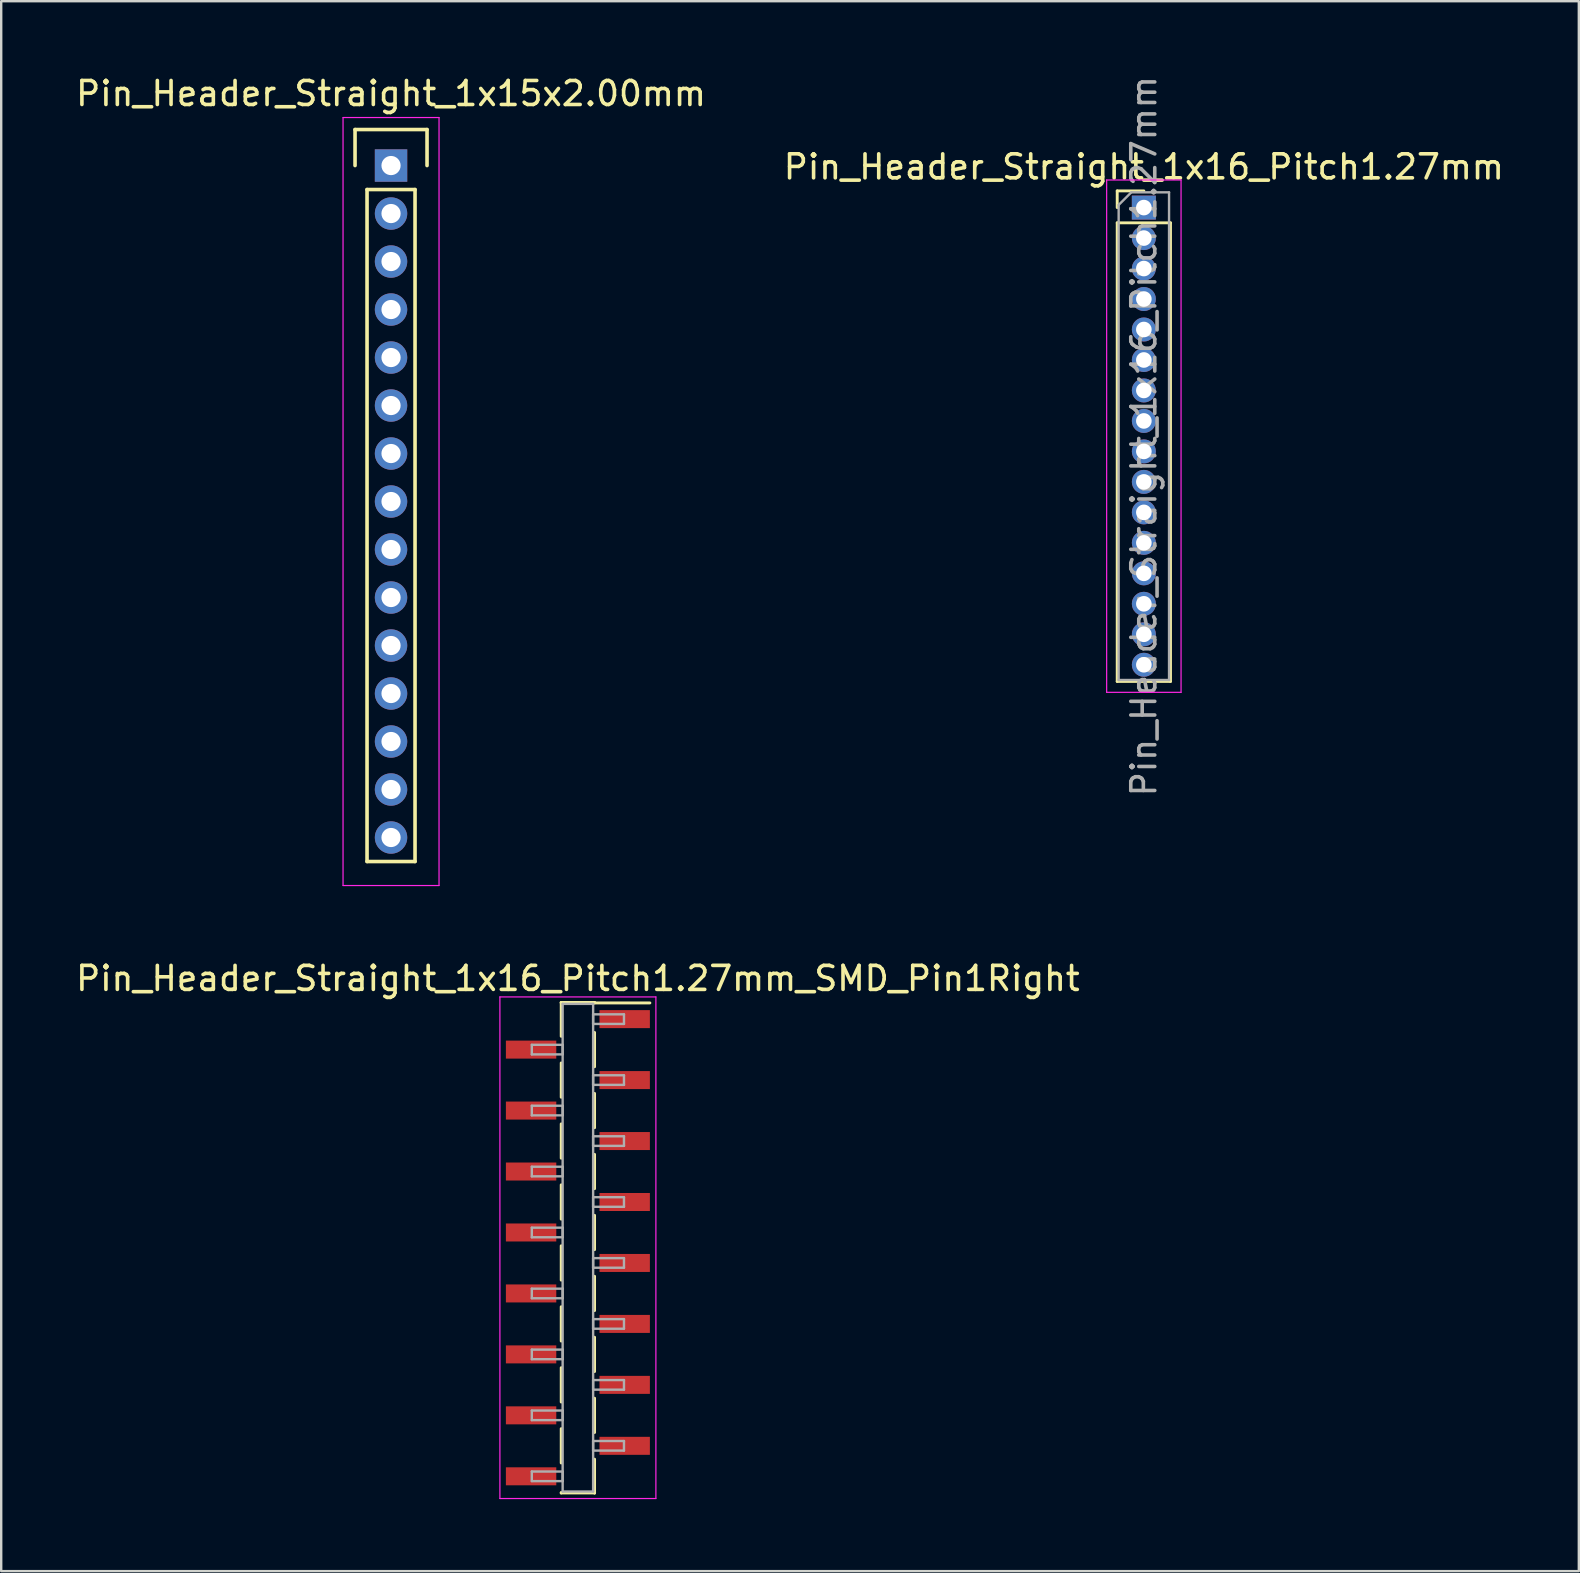
<source format=kicad_pcb>
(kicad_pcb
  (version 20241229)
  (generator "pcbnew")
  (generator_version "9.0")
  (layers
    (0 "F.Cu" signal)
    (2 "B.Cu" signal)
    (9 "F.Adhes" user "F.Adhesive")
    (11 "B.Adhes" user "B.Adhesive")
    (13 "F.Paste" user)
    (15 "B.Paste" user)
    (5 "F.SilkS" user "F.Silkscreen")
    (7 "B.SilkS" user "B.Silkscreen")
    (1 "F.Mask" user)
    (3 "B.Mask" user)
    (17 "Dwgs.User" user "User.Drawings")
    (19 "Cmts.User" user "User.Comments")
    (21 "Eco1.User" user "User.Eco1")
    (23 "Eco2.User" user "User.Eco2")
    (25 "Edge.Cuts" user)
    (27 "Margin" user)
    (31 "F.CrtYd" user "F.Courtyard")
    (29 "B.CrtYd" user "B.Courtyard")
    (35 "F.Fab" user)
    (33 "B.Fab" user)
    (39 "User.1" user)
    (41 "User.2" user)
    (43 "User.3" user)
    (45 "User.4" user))
  (footprint "Pin_Header_Straight_1x16_Pitch1.27mm_SMD_Pin1Right"
    (layer "F.Cu")
    (at 21.03 48.941)
    (property "Reference" "Pin_Header_Straight_1x16_Pitch1.27mm_SMD_Pin1Right" (at 0 -11.22 0) (layer "F.SilkS") (effects (font (size 1 1) (thickness 0.15))))
    (attr smd)
    (fp_line (start -0.695 -10.22) (end -0.695 -8.81) (stroke (width 0.12) (type solid)) (layer "F.SilkS"))
    (fp_line (start -0.695 -10.22) (end 0.695 -10.22) (stroke (width 0.12) (type solid)) (layer "F.SilkS"))
    (fp_line (start -0.695 -10.2) (end -0.695 -10.22) (stroke (width 0.12) (type solid)) (layer "F.SilkS"))
    (fp_line (start -0.695 -7.7) (end -0.695 -6.27) (stroke (width 0.12) (type solid)) (layer "F.SilkS"))
    (fp_line (start -0.695 -5.16) (end -0.695 -3.73) (stroke (width 0.12) (type solid)) (layer "F.SilkS"))
    (fp_line (start -0.695 -2.62) (end -0.695 -1.19) (stroke (width 0.12) (type solid)) (layer "F.SilkS"))
    (fp_line (start -0.695 -0.08) (end -0.695 1.35) (stroke (width 0.12) (type solid)) (layer "F.SilkS"))
    (fp_line (start -0.695 2.46) (end -0.695 3.89) (stroke (width 0.12) (type solid)) (layer "F.SilkS"))
    (fp_line (start -0.695 5) (end -0.695 6.43) (stroke (width 0.12) (type solid)) (layer "F.SilkS"))
    (fp_line (start -0.695 7.54) (end -0.695 8.97) (stroke (width 0.12) (type solid)) (layer "F.SilkS"))
    (fp_line (start -0.695 10.2) (end -0.695 10.22) (stroke (width 0.12) (type solid)) (layer "F.SilkS"))
    (fp_line (start -0.695 10.22) (end 0.695 10.22) (stroke (width 0.12) (type solid)) (layer "F.SilkS"))
    (fp_line (start 0.695 -10.22) (end 0.695 -10.2) (stroke (width 0.12) (type solid)) (layer "F.SilkS"))
    (fp_line (start 0.695 -10.2) (end 3 -10.2) (stroke (width 0.12) (type solid)) (layer "F.SilkS"))
    (fp_line (start 0.695 -8.97) (end 0.695 -7.54) (stroke (width 0.12) (type solid)) (layer "F.SilkS"))
    (fp_line (start 0.695 -6.43) (end 0.695 -5) (stroke (width 0.12) (type solid)) (layer "F.SilkS"))
    (fp_line (start 0.695 -3.89) (end 0.695 -2.46) (stroke (width 0.12) (type solid)) (layer "F.SilkS"))
    (fp_line (start 0.695 -1.35) (end 0.695 0.08) (stroke (width 0.12) (type solid)) (layer "F.SilkS"))
    (fp_line (start 0.695 1.19) (end 0.695 2.62) (stroke (width 0.12) (type solid)) (layer "F.SilkS"))
    (fp_line (start 0.695 3.73) (end 0.695 5.16) (stroke (width 0.12) (type solid)) (layer "F.SilkS"))
    (fp_line (start 0.695 6.27) (end 0.695 7.7) (stroke (width 0.12) (type solid)) (layer "F.SilkS"))
    (fp_line (start 0.695 8.81) (end 0.695 10.22) (stroke (width 0.12) (type solid)) (layer "F.SilkS"))
    (fp_line (start 0.695 10.22) (end 0.695 10.2) (stroke (width 0.12) (type solid)) (layer "F.SilkS"))
    (fp_line (start -3.25 -10.45) (end -3.25 10.45) (stroke (width 0.05) (type solid)) (layer "F.CrtYd"))
    (fp_line (start -3.25 10.45) (end 3.25 10.45) (stroke (width 0.05) (type solid)) (layer "F.CrtYd"))
    (fp_line (start 3.25 -10.45) (end -3.25 -10.45) (stroke (width 0.05) (type solid)) (layer "F.CrtYd"))
    (fp_line (start 3.25 10.45) (end 3.25 -10.45) (stroke (width 0.05) (type solid)) (layer "F.CrtYd"))
    (fp_line (start -1.92 -8.455) (end -0.635 -8.455) (stroke (width 0.1) (type solid)) (layer "F.Fab"))
    (fp_line (start -1.92 -8.055) (end -1.92 -8.455) (stroke (width 0.1) (type solid)) (layer "F.Fab"))
    (fp_line (start -1.92 -5.915) (end -0.635 -5.915) (stroke (width 0.1) (type solid)) (layer "F.Fab"))
    (fp_line (start -1.92 -5.515) (end -1.92 -5.915) (stroke (width 0.1) (type solid)) (layer "F.Fab"))
    (fp_line (start -1.92 -3.375) (end -0.635 -3.375) (stroke (width 0.1) (type solid)) (layer "F.Fab"))
    (fp_line (start -1.92 -2.975) (end -1.92 -3.375) (stroke (width 0.1) (type solid)) (layer "F.Fab"))
    (fp_line (start -1.92 -0.835) (end -0.635 -0.835) (stroke (width 0.1) (type solid)) (layer "F.Fab"))
    (fp_line (start -1.92 -0.435) (end -1.92 -0.835) (stroke (width 0.1) (type solid)) (layer "F.Fab"))
    (fp_line (start -1.92 1.705) (end -0.635 1.705) (stroke (width 0.1) (type solid)) (layer "F.Fab"))
    (fp_line (start -1.92 2.105) (end -1.92 1.705) (stroke (width 0.1) (type solid)) (layer "F.Fab"))
    (fp_line (start -1.92 4.245) (end -0.635 4.245) (stroke (width 0.1) (type solid)) (layer "F.Fab"))
    (fp_line (start -1.92 4.645) (end -1.92 4.245) (stroke (width 0.1) (type solid)) (layer "F.Fab"))
    (fp_line (start -1.92 6.785) (end -0.635 6.785) (stroke (width 0.1) (type solid)) (layer "F.Fab"))
    (fp_line (start -1.92 7.185) (end -1.92 6.785) (stroke (width 0.1) (type solid)) (layer "F.Fab"))
    (fp_line (start -1.92 9.325) (end -0.635 9.325) (stroke (width 0.1) (type solid)) (layer "F.Fab"))
    (fp_line (start -1.92 9.725) (end -1.92 9.325) (stroke (width 0.1) (type solid)) (layer "F.Fab"))
    (fp_line (start -0.635 -10.16) (end -0.635 10.16) (stroke (width 0.1) (type solid)) (layer "F.Fab"))
    (fp_line (start -0.635 -8.455) (end -0.635 -8.055) (stroke (width 0.1) (type solid)) (layer "F.Fab"))
    (fp_line (start -0.635 -8.055) (end -1.92 -8.055) (stroke (width 0.1) (type solid)) (layer "F.Fab"))
    (fp_line (start -0.635 -5.915) (end -0.635 -5.515) (stroke (width 0.1) (type solid)) (layer "F.Fab"))
    (fp_line (start -0.635 -5.515) (end -1.92 -5.515) (stroke (width 0.1) (type solid)) (layer "F.Fab"))
    (fp_line (start -0.635 -3.375) (end -0.635 -2.975) (stroke (width 0.1) (type solid)) (layer "F.Fab"))
    (fp_line (start -0.635 -2.975) (end -1.92 -2.975) (stroke (width 0.1) (type solid)) (layer "F.Fab"))
    (fp_line (start -0.635 -0.835) (end -0.635 -0.435) (stroke (width 0.1) (type solid)) (layer "F.Fab"))
    (fp_line (start -0.635 -0.435) (end -1.92 -0.435) (stroke (width 0.1) (type solid)) (layer "F.Fab"))
    (fp_line (start -0.635 1.705) (end -0.635 2.105) (stroke (width 0.1) (type solid)) (layer "F.Fab"))
    (fp_line (start -0.635 2.105) (end -1.92 2.105) (stroke (width 0.1) (type solid)) (layer "F.Fab"))
    (fp_line (start -0.635 4.245) (end -0.635 4.645) (stroke (width 0.1) (type solid)) (layer "F.Fab"))
    (fp_line (start -0.635 4.645) (end -1.92 4.645) (stroke (width 0.1) (type solid)) (layer "F.Fab"))
    (fp_line (start -0.635 6.785) (end -0.635 7.185) (stroke (width 0.1) (type solid)) (layer "F.Fab"))
    (fp_line (start -0.635 7.185) (end -1.92 7.185) (stroke (width 0.1) (type solid)) (layer "F.Fab"))
    (fp_line (start -0.635 9.325) (end -0.635 9.725) (stroke (width 0.1) (type solid)) (layer "F.Fab"))
    (fp_line (start -0.635 9.725) (end -1.92 9.725) (stroke (width 0.1) (type solid)) (layer "F.Fab"))
    (fp_line (start -0.635 10.16) (end 0.635 10.16) (stroke (width 0.1) (type solid)) (layer "F.Fab"))
    (fp_line (start 0.635 -10.16) (end -0.635 -10.16) (stroke (width 0.1) (type solid)) (layer "F.Fab"))
    (fp_line (start 0.635 -9.725) (end 0.635 -9.325) (stroke (width 0.1) (type solid)) (layer "F.Fab"))
    (fp_line (start 0.635 -9.325) (end 1.92 -9.325) (stroke (width 0.1) (type solid)) (layer "F.Fab"))
    (fp_line (start 0.635 -7.185) (end 0.635 -6.785) (stroke (width 0.1) (type solid)) (layer "F.Fab"))
    (fp_line (start 0.635 -6.785) (end 1.92 -6.785) (stroke (width 0.1) (type solid)) (layer "F.Fab"))
    (fp_line (start 0.635 -4.645) (end 0.635 -4.245) (stroke (width 0.1) (type solid)) (layer "F.Fab"))
    (fp_line (start 0.635 -4.245) (end 1.92 -4.245) (stroke (width 0.1) (type solid)) (layer "F.Fab"))
    (fp_line (start 0.635 -2.105) (end 0.635 -1.705) (stroke (width 0.1) (type solid)) (layer "F.Fab"))
    (fp_line (start 0.635 -1.705) (end 1.92 -1.705) (stroke (width 0.1) (type solid)) (layer "F.Fab"))
    (fp_line (start 0.635 0.435) (end 0.635 0.835) (stroke (width 0.1) (type solid)) (layer "F.Fab"))
    (fp_line (start 0.635 0.835) (end 1.92 0.835) (stroke (width 0.1) (type solid)) (layer "F.Fab"))
    (fp_line (start 0.635 2.975) (end 0.635 3.375) (stroke (width 0.1) (type solid)) (layer "F.Fab"))
    (fp_line (start 0.635 3.375) (end 1.92 3.375) (stroke (width 0.1) (type solid)) (layer "F.Fab"))
    (fp_line (start 0.635 5.515) (end 0.635 5.915) (stroke (width 0.1) (type solid)) (layer "F.Fab"))
    (fp_line (start 0.635 5.915) (end 1.92 5.915) (stroke (width 0.1) (type solid)) (layer "F.Fab"))
    (fp_line (start 0.635 8.055) (end 0.635 8.455) (stroke (width 0.1) (type solid)) (layer "F.Fab"))
    (fp_line (start 0.635 8.455) (end 1.92 8.455) (stroke (width 0.1) (type solid)) (layer "F.Fab"))
    (fp_line (start 0.635 10.16) (end 0.635 -10.16) (stroke (width 0.1) (type solid)) (layer "F.Fab"))
    (fp_line (start 1.92 -9.725) (end 0.635 -9.725) (stroke (width 0.1) (type solid)) (layer "F.Fab"))
    (fp_line (start 1.92 -9.325) (end 1.92 -9.725) (stroke (width 0.1) (type solid)) (layer "F.Fab"))
    (fp_line (start 1.92 -7.185) (end 0.635 -7.185) (stroke (width 0.1) (type solid)) (layer "F.Fab"))
    (fp_line (start 1.92 -6.785) (end 1.92 -7.185) (stroke (width 0.1) (type solid)) (layer "F.Fab"))
    (fp_line (start 1.92 -4.645) (end 0.635 -4.645) (stroke (width 0.1) (type solid)) (layer "F.Fab"))
    (fp_line (start 1.92 -4.245) (end 1.92 -4.645) (stroke (width 0.1) (type solid)) (layer "F.Fab"))
    (fp_line (start 1.92 -2.105) (end 0.635 -2.105) (stroke (width 0.1) (type solid)) (layer "F.Fab"))
    (fp_line (start 1.92 -1.705) (end 1.92 -2.105) (stroke (width 0.1) (type solid)) (layer "F.Fab"))
    (fp_line (start 1.92 0.435) (end 0.635 0.435) (stroke (width 0.1) (type solid)) (layer "F.Fab"))
    (fp_line (start 1.92 0.835) (end 1.92 0.435) (stroke (width 0.1) (type solid)) (layer "F.Fab"))
    (fp_line (start 1.92 2.975) (end 0.635 2.975) (stroke (width 0.1) (type solid)) (layer "F.Fab"))
    (fp_line (start 1.92 3.375) (end 1.92 2.975) (stroke (width 0.1) (type solid)) (layer "F.Fab"))
    (fp_line (start 1.92 5.515) (end 0.635 5.515) (stroke (width 0.1) (type solid)) (layer "F.Fab"))
    (fp_line (start 1.92 5.915) (end 1.92 5.515) (stroke (width 0.1) (type solid)) (layer "F.Fab"))
    (fp_line (start 1.92 8.055) (end 0.635 8.055) (stroke (width 0.1) (type solid)) (layer "F.Fab"))
    (fp_line (start 1.92 8.455) (end 1.92 8.055) (stroke (width 0.1) (type solid)) (layer "F.Fab"))
    (pad "1" smd rect (at 1.95 -9.525) (size 2.1 0.75) (layers "F.Cu" "F.Mask"))
    (pad "2" smd rect (at -1.95 -8.255) (size 2.1 0.75) (layers "F.Cu" "F.Mask"))
    (pad "3" smd rect (at 1.95 -6.985) (size 2.1 0.75) (layers "F.Cu" "F.Mask"))
    (pad "4" smd rect (at -1.95 -5.715) (size 2.1 0.75) (layers "F.Cu" "F.Mask"))
    (pad "5" smd rect (at 1.95 -4.445) (size 2.1 0.75) (layers "F.Cu" "F.Mask"))
    (pad "6" smd rect (at -1.95 -3.175) (size 2.1 0.75) (layers "F.Cu" "F.Mask"))
    (pad "7" smd rect (at 1.95 -1.905) (size 2.1 0.75) (layers "F.Cu" "F.Mask"))
    (pad "8" smd rect (at -1.95 -0.635) (size 2.1 0.75) (layers "F.Cu" "F.Mask"))
    (pad "9" smd rect (at 1.95 0.635) (size 2.1 0.75) (layers "F.Cu" "F.Mask"))
    (pad "10" smd rect (at -1.95 1.905) (size 2.1 0.75) (layers "F.Cu" "F.Mask"))
    (pad "11" smd rect (at 1.95 3.175) (size 2.1 0.75) (layers "F.Cu" "F.Mask"))
    (pad "12" smd rect (at -1.95 4.445) (size 2.1 0.75) (layers "F.Cu" "F.Mask"))
    (pad "13" smd rect (at 1.95 5.715) (size 2.1 0.75) (layers "F.Cu" "F.Mask"))
    (pad "14" smd rect (at -1.95 6.985) (size 2.1 0.75) (layers "F.Cu" "F.Mask"))
    (pad "15" smd rect (at 1.95 8.255) (size 2.1 0.75) (layers "F.Cu" "F.Mask"))
    (pad "16" smd rect (at -1.95 9.525) (size 2.1 0.75) (layers "F.Cu" "F.Mask")))
  (footprint "Pin_Header_Straight_1x16_Pitch1.27mm"
    (layer "F.Cu")
    (at 44.613 5.6)
    (property "Reference" "Pin_Header_Straight_1x16_Pitch1.27mm" (at 0 -1.695 0) (layer "F.SilkS") (effects (font (size 1 1) (thickness 0.15))))
    (attr through_hole)
    (fp_line (start -1.11 -0.695) (end 0 -0.695) (stroke (width 0.12) (type solid)) (layer "F.SilkS"))
    (fp_line (start -1.11 0) (end -1.11 -0.695) (stroke (width 0.12) (type solid)) (layer "F.SilkS"))
    (fp_line (start -1.11 0.635) (end -1.11 19.745) (stroke (width 0.12) (type solid)) (layer "F.SilkS"))
    (fp_line (start -1.11 19.745) (end 1.11 19.745) (stroke (width 0.12) (type solid)) (layer "F.SilkS"))
    (fp_line (start 1.11 0.635) (end -1.11 0.635) (stroke (width 0.12) (type solid)) (layer "F.SilkS"))
    (fp_line (start 1.11 19.745) (end 1.11 0.635) (stroke (width 0.12) (type solid)) (layer "F.SilkS"))
    (fp_line (start -1.55 -1.15) (end -1.55 20.2) (stroke (width 0.05) (type solid)) (layer "F.CrtYd"))
    (fp_line (start -1.55 20.2) (end 1.55 20.2) (stroke (width 0.05) (type solid)) (layer "F.CrtYd"))
    (fp_line (start 1.55 -1.15) (end -1.55 -1.15) (stroke (width 0.05) (type solid)) (layer "F.CrtYd"))
    (fp_line (start 1.55 20.2) (end 1.55 -1.15) (stroke (width 0.05) (type solid)) (layer "F.CrtYd"))
    (fp_line (start -1.05 -0.11) (end -0.525 -0.635) (stroke (width 0.1) (type solid)) (layer "F.Fab"))
    (fp_line (start -1.05 19.685) (end -1.05 -0.11) (stroke (width 0.1) (type solid)) (layer "F.Fab"))
    (fp_line (start -0.525 -0.635) (end 1.05 -0.635) (stroke (width 0.1) (type solid)) (layer "F.Fab"))
    (fp_line (start 1.05 -0.635) (end 1.05 19.685) (stroke (width 0.1) (type solid)) (layer "F.Fab"))
    (fp_line (start 1.05 19.685) (end -1.05 19.685) (stroke (width 0.1) (type solid)) (layer "F.Fab"))
    (fp_text user "${REFERENCE}" (at 0 9.525 90) (layer "F.Fab") (effects (font (size 1 1) (thickness 0.15))))
    (pad "1" thru_hole rect (at 0 0) (size 1 1) (drill 0.65) (layers "*.Cu" "*.Mask"))
    (pad "2" thru_hole oval (at 0 1.27) (size 1 1) (drill 0.65) (layers "*.Cu" "*.Mask"))
    (pad "3" thru_hole oval (at 0 2.54) (size 1 1) (drill 0.65) (layers "*.Cu" "*.Mask"))
    (pad "4" thru_hole oval (at 0 3.81) (size 1 1) (drill 0.65) (layers "*.Cu" "*.Mask"))
    (pad "5" thru_hole oval (at 0 5.08) (size 1 1) (drill 0.65) (layers "*.Cu" "*.Mask"))
    (pad "6" thru_hole oval (at 0 6.35) (size 1 1) (drill 0.65) (layers "*.Cu" "*.Mask"))
    (pad "7" thru_hole oval (at 0 7.62) (size 1 1) (drill 0.65) (layers "*.Cu" "*.Mask"))
    (pad "8" thru_hole oval (at 0 8.89) (size 1 1) (drill 0.65) (layers "*.Cu" "*.Mask"))
    (pad "9" thru_hole oval (at 0 10.16) (size 1 1) (drill 0.65) (layers "*.Cu" "*.Mask"))
    (pad "10" thru_hole oval (at 0 11.43) (size 1 1) (drill 0.65) (layers "*.Cu" "*.Mask"))
    (pad "11" thru_hole oval (at 0 12.7) (size 1 1) (drill 0.65) (layers "*.Cu" "*.Mask"))
    (pad "12" thru_hole oval (at 0 13.97) (size 1 1) (drill 0.65) (layers "*.Cu" "*.Mask"))
    (pad "13" thru_hole oval (at 0 15.24) (size 1 1) (drill 0.65) (layers "*.Cu" "*.Mask"))
    (pad "14" thru_hole oval (at 0 16.51) (size 1 1) (drill 0.65) (layers "*.Cu" "*.Mask"))
    (pad "15" thru_hole oval (at 0 17.78) (size 1 1) (drill 0.65) (layers "*.Cu" "*.Mask"))
    (pad "16" thru_hole oval (at 0 19.05) (size 1 1) (drill 0.65) (layers "*.Cu" "*.Mask")))
  (footprint "Pin_Header_Straight_1x15x2.00mm"
    (layer "F.Cu")
    (at 13.244 3.848)
    (property "Reference" "Pin_Header_Straight_1x15x2.00mm" (at 0 -3 0) (layer "F.SilkS") (effects (font (size 1 1) (thickness 0.15))))
    (attr through_hole)
    (fp_line (start -1.5 -1.5) (end 1.5 -1.5) (stroke (width 0.15) (type solid)) (layer "F.SilkS"))
    (fp_line (start -1.5 0) (end -1.5 -1.5) (stroke (width 0.15) (type solid)) (layer "F.SilkS"))
    (fp_line (start -1 1) (end 1 1) (stroke (width 0.15) (type solid)) (layer "F.SilkS"))
    (fp_line (start -1 29) (end -1 1) (stroke (width 0.15) (type solid)) (layer "F.SilkS"))
    (fp_line (start 1 1) (end 1 29) (stroke (width 0.15) (type solid)) (layer "F.SilkS"))
    (fp_line (start 1 29) (end -1 29) (stroke (width 0.15) (type solid)) (layer "F.SilkS"))
    (fp_line (start 1.5 -1.5) (end 1.5 0) (stroke (width 0.15) (type solid)) (layer "F.SilkS"))
    (fp_line (start -2 -2) (end 2 -2) (stroke (width 0.05) (type solid)) (layer "F.CrtYd"))
    (fp_line (start -2 30) (end -2 -2) (stroke (width 0.05) (type solid)) (layer "F.CrtYd"))
    (fp_line (start 2 -2) (end 2 30) (stroke (width 0.05) (type solid)) (layer "F.CrtYd"))
    (fp_line (start 2 30) (end -2 30) (stroke (width 0.05) (type solid)) (layer "F.CrtYd"))
    (pad "1" thru_hole rect (at 0 0) (size 1.35 1.35) (drill 0.8) (layers "*.Cu" "*.Mask"))
    (pad "2" thru_hole circle (at 0 2) (size 1.35 1.35) (drill 0.8) (layers "*.Cu" "*.Mask"))
    (pad "3" thru_hole circle (at 0 4) (size 1.35 1.35) (drill 0.8) (layers "*.Cu" "*.Mask"))
    (pad "4" thru_hole circle (at 0 6) (size 1.35 1.35) (drill 0.8) (layers "*.Cu" "*.Mask"))
    (pad "5" thru_hole circle (at 0 8) (size 1.35 1.35) (drill 0.8) (layers "*.Cu" "*.Mask"))
    (pad "6" thru_hole circle (at 0 10) (size 1.35 1.35) (drill 0.8) (layers "*.Cu" "*.Mask"))
    (pad "7" thru_hole circle (at 0 12) (size 1.35 1.35) (drill 0.8) (layers "*.Cu" "*.Mask"))
    (pad "8" thru_hole circle (at 0 14) (size 1.35 1.35) (drill 0.8) (layers "*.Cu" "*.Mask"))
    (pad "9" thru_hole circle (at 0 16) (size 1.35 1.35) (drill 0.8) (layers "*.Cu" "*.Mask"))
    (pad "10" thru_hole circle (at 0 18) (size 1.35 1.35) (drill 0.8) (layers "*.Cu" "*.Mask"))
    (pad "11" thru_hole circle (at 0 20) (size 1.35 1.35) (drill 0.8) (layers "*.Cu" "*.Mask"))
    (pad "12" thru_hole circle (at 0 22) (size 1.35 1.35) (drill 0.8) (layers "*.Cu" "*.Mask"))
    (pad "13" thru_hole circle (at 0 24) (size 1.35 1.35) (drill 0.8) (layers "*.Cu" "*.Mask"))
    (pad "14" thru_hole circle (at 0 26) (size 1.35 1.35) (drill 0.8) (layers "*.Cu" "*.Mask"))
    (pad "15" thru_hole circle (at 0 28) (size 1.35 1.35) (drill 0.8) (layers "*.Cu" "*.Mask")))
  (gr_rect
    (start -3 -3)
    (end 62.738 62.416)
    (stroke (width 0.1) (type default))
    (fill no)
    (layer "Edge.Cuts")))
</source>
